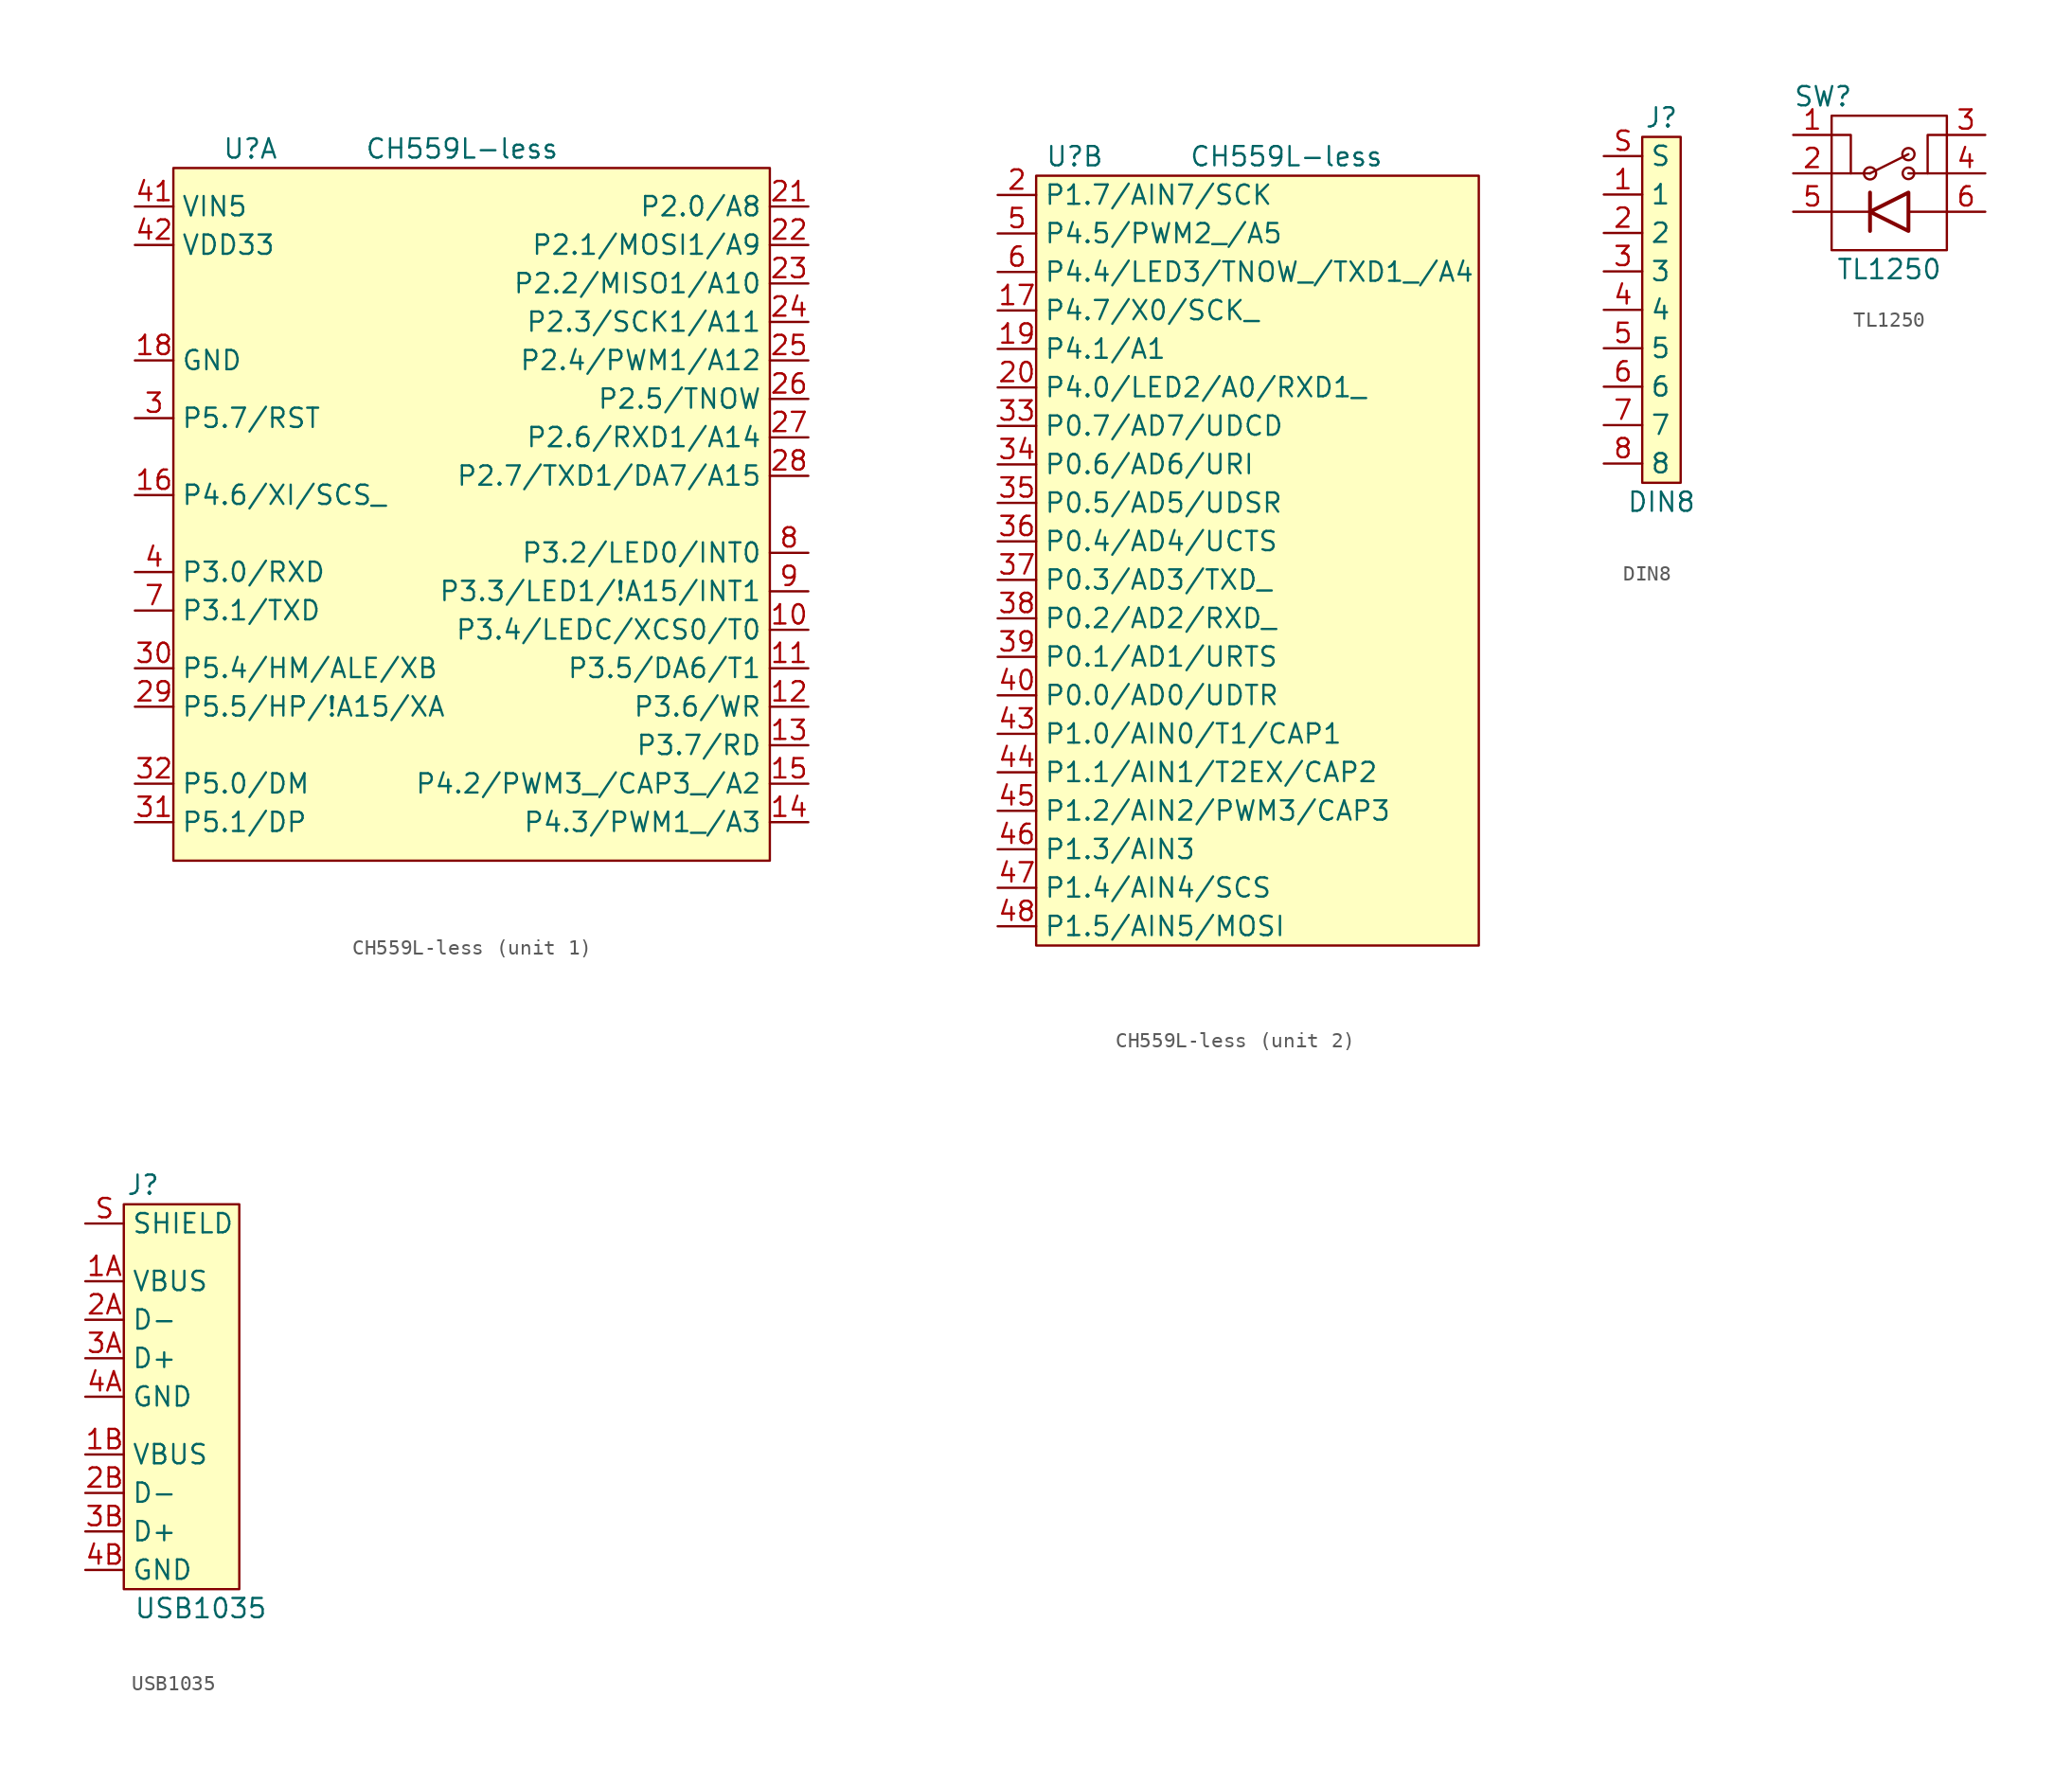
<source format=kicad_sym>
(kicad_symbol_lib
  (version 20211014)
  (generator kicad_symbol_editor)
  (symbol "CH559L-less"
    (property "Reference" "U"
      (at -8.89 16.51 0)
      (effects (font (size 1.27 1.27))))
    (property "Value" "CH559L-less"
      (at 5.08 16.51 0)
      (effects (font (size 1.27 1.27))))
    (symbol "CH559L-less_1_1"
      (rectangle (start -13.97 15.24) (end 25.4 -30.48) (stroke (width 0) (type default) (color 0 0 0 0)) (fill (type background)))
      (pin passive line (at 27.94 -15.24 180) (length 2.54) (name "P3.4/LEDC/XCS0/T0" (effects (font (size 1.27 1.27)))) (number "10" (effects (font (size 1.27 1.27)))))
      (pin passive line (at 27.94 -17.78 180) (length 2.54) (name "P3.5/DA6/T1" (effects (font (size 1.27 1.27)))) (number "11" (effects (font (size 1.27 1.27)))))
      (pin passive line (at 27.94 -20.32 180) (length 2.54) (name "P3.6/WR" (effects (font (size 1.27 1.27)))) (number "12" (effects (font (size 1.27 1.27)))))
      (pin passive line (at 27.94 -22.86 180) (length 2.54) (name "P3.7/RD" (effects (font (size 1.27 1.27)))) (number "13" (effects (font (size 1.27 1.27)))))
      (pin passive line (at 27.94 -27.94 180) (length 2.54) (name "P4.3/PWM1_/A3" (effects (font (size 1.27 1.27)))) (number "14" (effects (font (size 1.27 1.27)))))
      (pin passive line (at 27.94 -25.4 180) (length 2.54) (name "P4.2/PWM3_/CAP3_/A2" (effects (font (size 1.27 1.27)))) (number "15" (effects (font (size 1.27 1.27)))))
      (pin passive line (at -16.51 -6.35 0) (length 2.54) (name "P4.6/XI/SCS_" (effects (font (size 1.27 1.27)))) (number "16" (effects (font (size 1.27 1.27)))))
      (pin passive line (at -16.51 2.54 0) (length 2.54) (name "GND" (effects (font (size 1.27 1.27)))) (number "18" (effects (font (size 1.27 1.27)))))
      (pin passive line (at 27.94 12.7 180) (length 2.54) (name "P2.0/A8" (effects (font (size 1.27 1.27)))) (number "21" (effects (font (size 1.27 1.27)))))
      (pin passive line (at 27.94 10.16 180) (length 2.54) (name "P2.1/MOSI1/A9" (effects (font (size 1.27 1.27)))) (number "22" (effects (font (size 1.27 1.27)))))
      (pin passive line (at 27.94 7.62 180) (length 2.54) (name "P2.2/MISO1/A10" (effects (font (size 1.27 1.27)))) (number "23" (effects (font (size 1.27 1.27)))))
      (pin passive line (at 27.94 5.08 180) (length 2.54) (name "P2.3/SCK1/A11" (effects (font (size 1.27 1.27)))) (number "24" (effects (font (size 1.27 1.27)))))
      (pin passive line (at 27.94 2.54 180) (length 2.54) (name "P2.4/PWM1/A12" (effects (font (size 1.27 1.27)))) (number "25" (effects (font (size 1.27 1.27)))))
      (pin passive line (at 27.94 0 180) (length 2.54) (name "P2.5/TNOW" (effects (font (size 1.27 1.27)))) (number "26" (effects (font (size 1.27 1.27)))))
      (pin passive line (at 27.94 -2.54 180) (length 2.54) (name "P2.6/RXD1/A14" (effects (font (size 1.27 1.27)))) (number "27" (effects (font (size 1.27 1.27)))))
      (pin passive line (at 27.94 -5.08 180) (length 2.54) (name "P2.7/TXD1/DA7/A15" (effects (font (size 1.27 1.27)))) (number "28" (effects (font (size 1.27 1.27)))))
      (pin passive line (at -16.51 -20.32 0) (length 2.54) (name "P5.5/HP/!A15/XA" (effects (font (size 1.27 1.27)))) (number "29" (effects (font (size 1.27 1.27)))))
      (pin passive line (at -16.51 -1.27 0) (length 2.54) (name "P5.7/RST" (effects (font (size 1.27 1.27)))) (number "3" (effects (font (size 1.27 1.27)))))
      (pin passive line (at -16.51 -17.78 0) (length 2.54) (name "P5.4/HM/ALE/XB" (effects (font (size 1.27 1.27)))) (number "30" (effects (font (size 1.27 1.27)))))
      (pin passive line (at -16.51 -27.94 0) (length 2.54) (name "P5.1/DP" (effects (font (size 1.27 1.27)))) (number "31" (effects (font (size 1.27 1.27)))))
      (pin passive line (at -16.51 -25.4 0) (length 2.54) (name "P5.0/DM" (effects (font (size 1.27 1.27)))) (number "32" (effects (font (size 1.27 1.27)))))
      (pin passive line (at -16.51 -11.43 0) (length 2.54) (name "P3.0/RXD" (effects (font (size 1.27 1.27)))) (number "4" (effects (font (size 1.27 1.27)))))
      (pin passive line (at -16.51 12.7 0) (length 2.54) (name "VIN5" (effects (font (size 1.27 1.27)))) (number "41" (effects (font (size 1.27 1.27)))))
      (pin passive line (at -16.51 10.16 0) (length 2.54) (name "VDD33" (effects (font (size 1.27 1.27)))) (number "42" (effects (font (size 1.27 1.27)))))
      (pin passive line (at -16.51 -13.97 0) (length 2.54) (name "P3.1/TXD" (effects (font (size 1.27 1.27)))) (number "7" (effects (font (size 1.27 1.27)))))
      (pin passive line (at 27.94 -10.16 180) (length 2.54) (name "P3.2/LED0/INT0" (effects (font (size 1.27 1.27)))) (number "8" (effects (font (size 1.27 1.27)))))
      (pin passive line (at 27.94 -12.7 180) (length 2.54) (name "P3.3/LED1/!A15/INT1" (effects (font (size 1.27 1.27)))) (number "9" (effects (font (size 1.27 1.27))))))
    (symbol "CH559L-less_2_1"
      (rectangle (start -11.43 15.24) (end 17.78 -35.56) (stroke (width 0) (type default) (color 0 0 0 0)) (fill (type background)))
      (pin passive line (at -13.97 6.35 0) (length 2.54) (name "P4.7/X0/SCK_" (effects (font (size 1.27 1.27)))) (number "17" (effects (font (size 1.27 1.27)))))
      (pin passive line (at -13.97 3.81 0) (length 2.54) (name "P4.1/A1" (effects (font (size 1.27 1.27)))) (number "19" (effects (font (size 1.27 1.27)))))
      (pin passive line (at -13.97 13.97 0) (length 2.54) (name "P1.7/AIN7/SCK" (effects (font (size 1.27 1.27)))) (number "2" (effects (font (size 1.27 1.27)))))
      (pin passive line (at -13.97 1.27 0) (length 2.54) (name "P4.0/LED2/A0/RXD1_" (effects (font (size 1.27 1.27)))) (number "20" (effects (font (size 1.27 1.27)))))
      (pin passive line (at -13.97 -1.27 0) (length 2.54) (name "P0.7/AD7/UDCD" (effects (font (size 1.27 1.27)))) (number "33" (effects (font (size 1.27 1.27)))))
      (pin passive line (at -13.97 -3.81 0) (length 2.54) (name "P0.6/AD6/URI" (effects (font (size 1.27 1.27)))) (number "34" (effects (font (size 1.27 1.27)))))
      (pin passive line (at -13.97 -6.35 0) (length 2.54) (name "P0.5/AD5/UDSR" (effects (font (size 1.27 1.27)))) (number "35" (effects (font (size 1.27 1.27)))))
      (pin passive line (at -13.97 -8.89 0) (length 2.54) (name "P0.4/AD4/UCTS" (effects (font (size 1.27 1.27)))) (number "36" (effects (font (size 1.27 1.27)))))
      (pin passive line (at -13.97 -11.43 0) (length 2.54) (name "P0.3/AD3/TXD_" (effects (font (size 1.27 1.27)))) (number "37" (effects (font (size 1.27 1.27)))))
      (pin passive line (at -13.97 -13.97 0) (length 2.54) (name "P0.2/AD2/RXD_" (effects (font (size 1.27 1.27)))) (number "38" (effects (font (size 1.27 1.27)))))
      (pin passive line (at -13.97 -16.51 0) (length 2.54) (name "P0.1/AD1/URTS" (effects (font (size 1.27 1.27)))) (number "39" (effects (font (size 1.27 1.27)))))
      (pin passive line (at -13.97 -19.05 0) (length 2.54) (name "P0.0/AD0/UDTR" (effects (font (size 1.27 1.27)))) (number "40" (effects (font (size 1.27 1.27)))))
      (pin passive line (at -13.97 -21.59 0) (length 2.54) (name "P1.0/AIN0/T1/CAP1" (effects (font (size 1.27 1.27)))) (number "43" (effects (font (size 1.27 1.27)))))
      (pin passive line (at -13.97 -24.13 0) (length 2.54) (name "P1.1/AIN1/T2EX/CAP2" (effects (font (size 1.27 1.27)))) (number "44" (effects (font (size 1.27 1.27)))))
      (pin passive line (at -13.97 -26.67 0) (length 2.54) (name "P1.2/AIN2/PWM3/CAP3" (effects (font (size 1.27 1.27)))) (number "45" (effects (font (size 1.27 1.27)))))
      (pin passive line (at -13.97 -29.21 0) (length 2.54) (name "P1.3/AIN3" (effects (font (size 1.27 1.27)))) (number "46" (effects (font (size 1.27 1.27)))))
      (pin passive line (at -13.97 -31.75 0) (length 2.54) (name "P1.4/AIN4/SCS" (effects (font (size 1.27 1.27)))) (number "47" (effects (font (size 1.27 1.27)))))
      (pin passive line (at -13.97 -34.29 0) (length 2.54) (name "P1.5/AIN5/MOSI" (effects (font (size 1.27 1.27)))) (number "48" (effects (font (size 1.27 1.27)))))
      (pin passive line (at -13.97 11.43 0) (length 2.54) (name "P4.5/PWM2_/A5" (effects (font (size 1.27 1.27)))) (number "5" (effects (font (size 1.27 1.27)))))
      (pin passive line (at -13.97 8.89 0) (length 2.54) (name "P4.4/LED3/TNOW_/TXD1_/A4" (effects (font (size 1.27 1.27)))) (number "6" (effects (font (size 1.27 1.27)))))))
  (symbol "DIN8"
    (property "Reference" "J"
      (at 3.81 10.16 0)
      (effects (font (size 1.27 1.27))))
    (property "Value" "DIN8"
      (at 3.81 -15.24 0)
      (effects (font (size 1.27 1.27))))
    (symbol "DIN8_0_1"
      (rectangle (start 2.54 8.89) (end 5.08 -13.97) (stroke (width 0) (type default) (color 0 0 0 0)) (fill (type background))))
    (symbol "DIN8_1_1"
      (pin passive line (at 0 5.08 0) (length 2.54) (name "1" (effects (font (size 1.27 1.27)))) (number "1" (effects (font (size 1.27 1.27)))))
      (pin passive line (at 0 2.54 0) (length 2.54) (name "2" (effects (font (size 1.27 1.27)))) (number "2" (effects (font (size 1.27 1.27)))))
      (pin passive line (at 0 0 0) (length 2.54) (name "3" (effects (font (size 1.27 1.27)))) (number "3" (effects (font (size 1.27 1.27)))))
      (pin passive line (at 0 -2.54 0) (length 2.54) (name "4" (effects (font (size 1.27 1.27)))) (number "4" (effects (font (size 1.27 1.27)))))
      (pin passive line (at 0 -5.08 0) (length 2.54) (name "5" (effects (font (size 1.27 1.27)))) (number "5" (effects (font (size 1.27 1.27)))))
      (pin passive line (at 0 -7.62 0) (length 2.54) (name "6" (effects (font (size 1.27 1.27)))) (number "6" (effects (font (size 1.27 1.27)))))
      (pin passive line (at 0 -10.16 0) (length 2.54) (name "7" (effects (font (size 1.27 1.27)))) (number "7" (effects (font (size 1.27 1.27)))))
      (pin passive line (at 0 -12.7 0) (length 2.54) (name "8" (effects (font (size 1.27 1.27)))) (number "8" (effects (font (size 1.27 1.27)))))
      (pin passive line (at 0 7.62 0) (length 2.54) (name "S" (effects (font (size 1.27 1.27)))) (number "S" (effects (font (size 1.27 1.27)))))))
  (symbol "TL1250"
    (pin_names
      (offset 1.016) hide)
    (property "Reference" "SW"
      (at -6.35 5.08 0)
      (effects (font (size 1.27 1.27)) (justify left)))
    (property "Value" "TL1250"
      (at 0 -6.35 0)
      (effects (font (size 1.27 1.27))))
    (symbol "TL1250_0_1"
      (rectangle (start -3.81 3.81) (end 3.81 -5.08) (stroke (width 0) (type default) (color 0 0 0 0)) (fill (type none)))
      (circle (center -1.27 0) (radius 0.402) (stroke (width 0) (type default) (color 0 0 0 0)) (fill (type none)))
      (polyline (pts (xy -3.81 -2.54) (xy -1.27 -2.54)) (stroke (width 0) (type default) (color 0 0 0 0)) (fill (type none)))
      (polyline (pts (xy -1.27 -1.27) (xy -1.27 -3.81)) (stroke (width 0.254) (type default) (color 0 0 0 0)) (fill (type none)))
      (polyline (pts (xy -1.27 0) (xy 1.27 1.27)) (stroke (width 0) (type default) (color 0 0 0 0)) (fill (type none)))
      (polyline (pts (xy 1.27 -2.54) (xy 3.81 -2.54)) (stroke (width 0) (type default) (color 0 0 0 0)) (fill (type none)))
      (polyline (pts (xy 2.54 0) (xy 3.81 0)) (stroke (width 0) (type default) (color 0 0 0 0)) (fill (type none)))
      (polyline (pts (xy -2.54 0) (xy -2.54 2.54) (xy -3.81 2.54)) (stroke (width 0) (type default) (color 0 0 0 0)) (fill (type none)))
      (polyline (pts (xy -1.27 0) (xy -2.54 0) (xy -3.81 0)) (stroke (width 0) (type default) (color 0 0 0 0)) (fill (type none)))
      (polyline (pts (xy 1.27 -1.27) (xy 1.27 -3.81) (xy -1.27 -2.54) (xy 1.27 -1.27)) (stroke (width 0.254) (type default) (color 0 0 0 0)) (fill (type none)))
      (polyline (pts (xy 3.81 2.54) (xy 2.54 2.54) (xy 2.54 0) (xy 1.27 0)) (stroke (width 0) (type default) (color 0 0 0 0)) (fill (type none)))
      (circle (center 1.27 0) (radius 0.381) (stroke (width 0) (type default) (color 0 0 0 0)) (fill (type none)))
      (circle (center 1.27 1.27) (radius 0.402) (stroke (width 0) (type default) (color 0 0 0 0)) (fill (type none)))
      (pin passive line (at -6.35 0 0) (length 2.54) (name "2" (effects (font (size 1.27 1.27)))) (number "2" (effects (font (size 1.27 1.27)))))
      (pin passive line (at 6.35 2.54 180) (length 2.54) (name "3" (effects (font (size 1.27 1.27)))) (number "3" (effects (font (size 1.27 1.27)))))
      (pin passive line (at 6.35 0 180) (length 2.54) (name "4" (effects (font (size 1.27 1.27)))) (number "4" (effects (font (size 1.27 1.27))))))
    (symbol "TL1250_1_1"
      (pin passive line (at -6.35 2.54 0) (length 2.54) (name "1" (effects (font (size 1.27 1.27)))) (number "1" (effects (font (size 1.27 1.27)))))
      (pin passive line (at -6.35 -2.54 0) (length 2.54) (name "5" (effects (font (size 1.27 1.27)))) (number "5" (effects (font (size 1.27 1.27)))))
      (pin passive line (at 6.35 -2.54 180) (length 2.54) (name "6" (effects (font (size 1.27 1.27)))) (number "6" (effects (font (size 1.27 1.27)))))))
  (symbol "USB1035"
    (property "Reference" "J"
      (at 3.81 3.81 0)
      (effects (font (size 1.27 1.27))))
    (property "Value" "USB1035"
      (at 7.62 -24.13 0)
      (effects (font (size 1.27 1.27))))
    (symbol "USB1035_0_1"
      (rectangle (start 2.54 2.54) (end 10.16 -22.86) (stroke (width 0) (type default) (color 0 0 0 0)) (fill (type background))))
    (symbol "USB1035_1_1"
      (pin power_in line (at 0 -2.54 0) (length 2.54) (name "VBUS" (effects (font (size 1.27 1.27)))) (number "1A" (effects (font (size 1.27 1.27)))))
      (pin power_in line (at 0 -13.97 0) (length 2.54) (name "VBUS" (effects (font (size 1.27 1.27)))) (number "1B" (effects (font (size 1.27 1.27)))))
      (pin bidirectional line (at 0 -5.08 0) (length 2.54) (name "D-" (effects (font (size 1.27 1.27)))) (number "2A" (effects (font (size 1.27 1.27)))))
      (pin bidirectional line (at 0 -16.51 0) (length 2.54) (name "D-" (effects (font (size 1.27 1.27)))) (number "2B" (effects (font (size 1.27 1.27)))))
      (pin bidirectional line (at 0 -7.62 0) (length 2.54) (name "D+" (effects (font (size 1.27 1.27)))) (number "3A" (effects (font (size 1.27 1.27)))))
      (pin bidirectional line (at 0 -19.05 0) (length 2.54) (name "D+" (effects (font (size 1.27 1.27)))) (number "3B" (effects (font (size 1.27 1.27)))))
      (pin power_in line (at 0 -10.16 0) (length 2.54) (name "GND" (effects (font (size 1.27 1.27)))) (number "4A" (effects (font (size 1.27 1.27)))))
      (pin power_in line (at 0 -21.59 0) (length 2.54) (name "GND" (effects (font (size 1.27 1.27)))) (number "4B" (effects (font (size 1.27 1.27)))))
      (pin power_in line (at 0 1.27 0) (length 2.54) (name "SHIELD" (effects (font (size 1.27 1.27)))) (number "S" (effects (font (size 1.27 1.27))))))))
</source>
